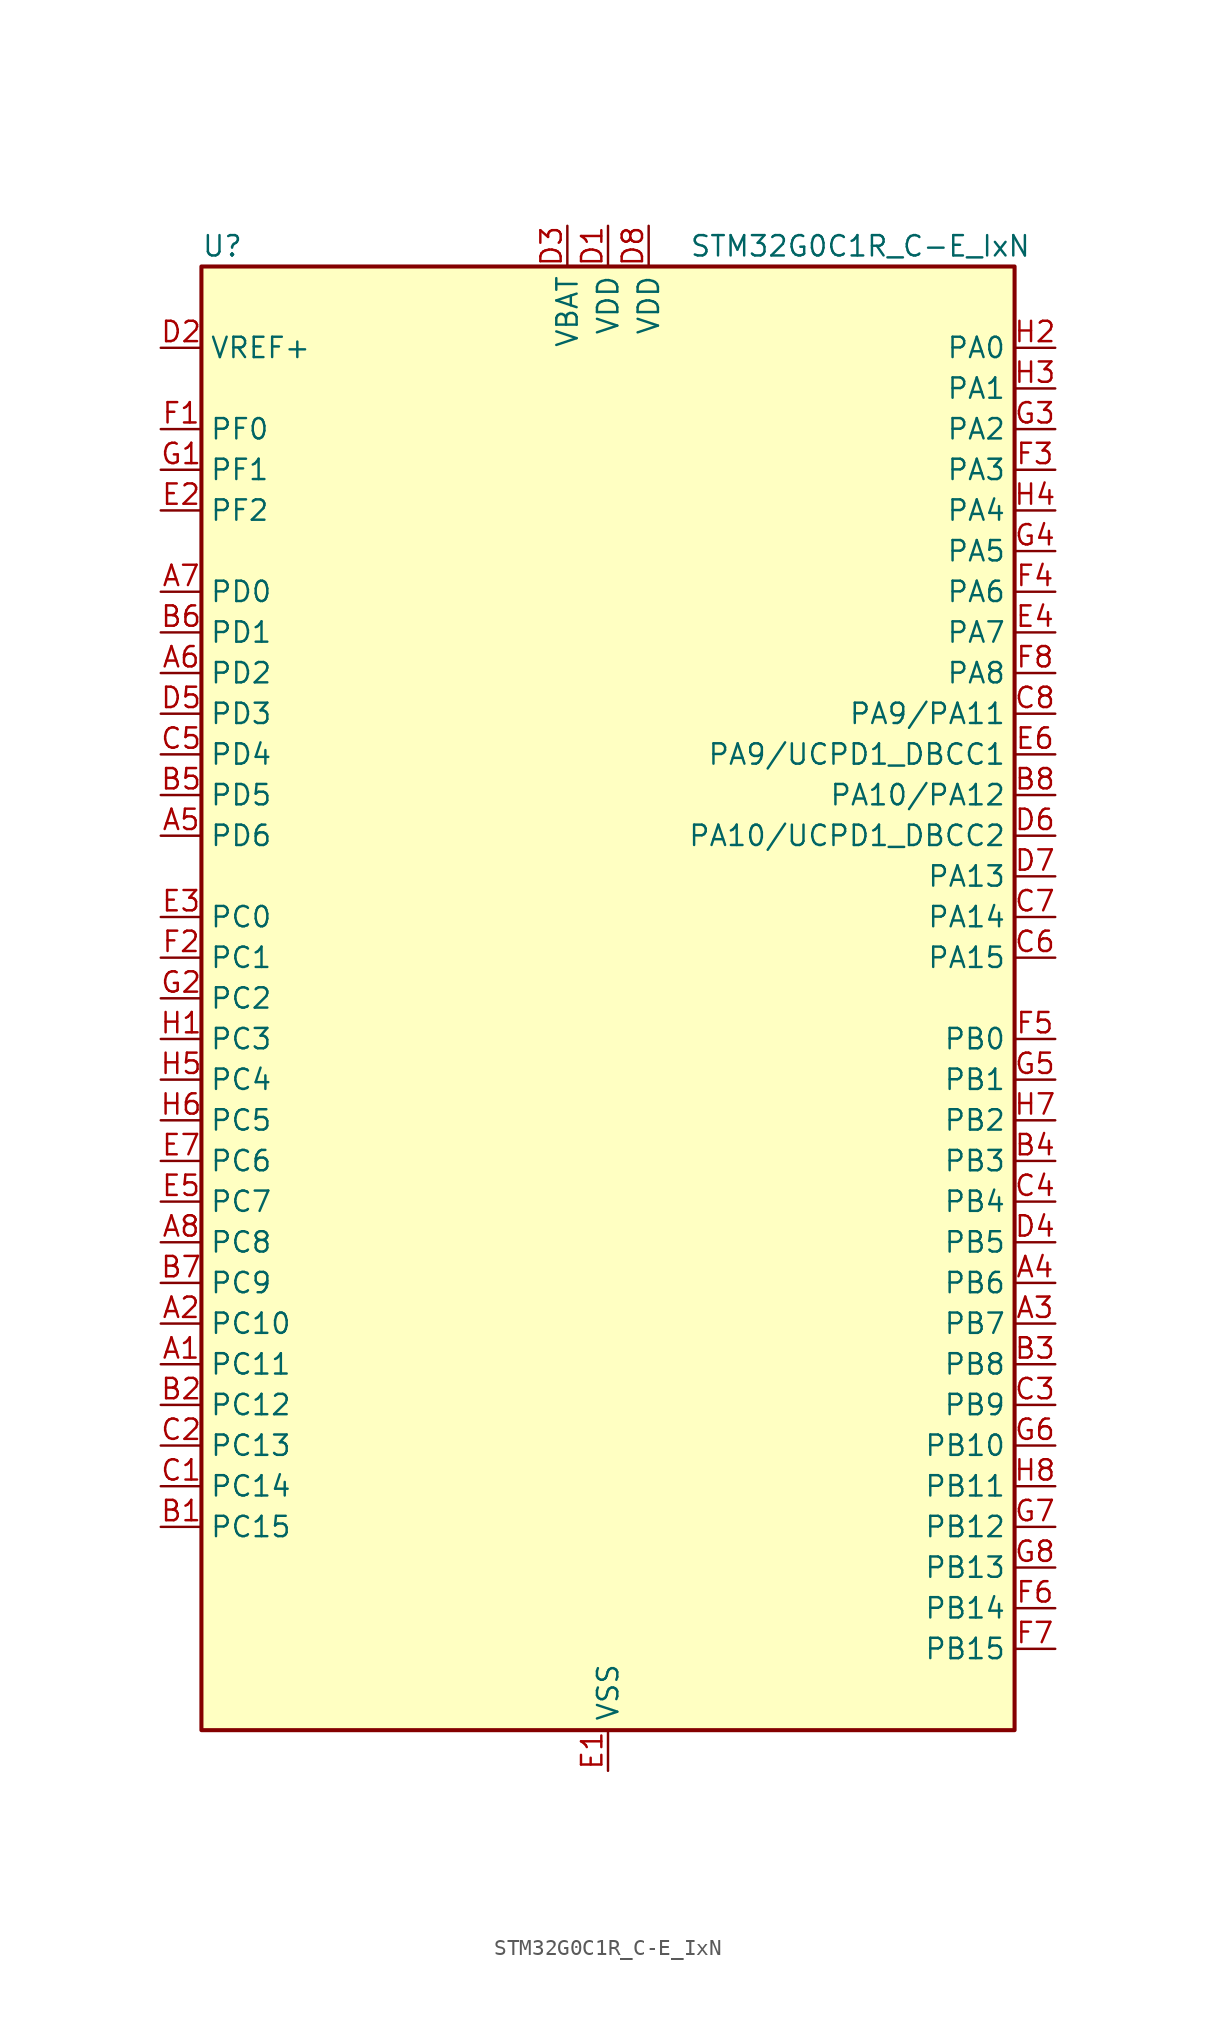
<source format=kicad_sym>
(kicad_symbol_lib
  (version 20241209)
  (generator "kicad_symbol_editor")
  (generator_version "9.0")
  (symbol "STM32G0C1R_C-E_IxN"
    (property "Reference" "U"
      (at -25.4 46.99 0)
      (effects (font (size 1.27 1.27)) (justify left)))
    (property "Value" "STM32G0C1R_C-E_IxN"
      (at 5.08 46.99 0)
      (effects (font (size 1.27 1.27)) (justify left)))
    (symbol "STM32G0C1R_C-E_IxN_0_1"
      (rectangle (start -25.4 -45.72) (end 25.4 45.72) (stroke (width 0.254) (type default)) (fill (type background))))
    (symbol "STM32G0C1R_C-E_IxN_1_1"
      (pin input line (at -27.94 40.64 0) (length 2.54) (name "VREF+" (effects (font (size 1.27 1.27)))) (number "D2" (effects (font (size 1.27 1.27)))) (alternate "VREFBUF_OUT" bidirectional line))
      (pin bidirectional line (at -27.94 35.56 0) (length 2.54) (name "PF0" (effects (font (size 1.27 1.27)))) (number "F1" (effects (font (size 1.27 1.27)))) (alternate "CRS1_SYNC" bidirectional line) (alternate "RCC_OSC_IN" bidirectional line) (alternate "TIM14_CH1" bidirectional line))
      (pin bidirectional line (at -27.94 33.02 0) (length 2.54) (name "PF1" (effects (font (size 1.27 1.27)))) (number "G1" (effects (font (size 1.27 1.27)))) (alternate "RCC_OSC_EN" bidirectional line) (alternate "RCC_OSC_OUT" bidirectional line) (alternate "TIM15_CH1N" bidirectional line))
      (pin bidirectional line (at -27.94 30.48 0) (length 2.54) (name "PF2" (effects (font (size 1.27 1.27)))) (number "E2" (effects (font (size 1.27 1.27)))) (alternate "LPUART2_DE" bidirectional line) (alternate "LPUART2_RTS" bidirectional line) (alternate "LPUART2_TX" bidirectional line) (alternate "RCC_MCO" bidirectional line))
      (pin bidirectional line (at -27.94 25.4 0) (length 2.54) (name "PD0" (effects (font (size 1.27 1.27)))) (number "A7" (effects (font (size 1.27 1.27)))) (alternate "FDCAN1_RX" bidirectional line) (alternate "I2S2_WS" bidirectional line) (alternate "SPI2_NSS" bidirectional line) (alternate "TIM16_CH1" bidirectional line) (alternate "UCPD2_CC1" bidirectional line))
      (pin bidirectional line (at -27.94 22.86 0) (length 2.54) (name "PD1" (effects (font (size 1.27 1.27)))) (number "B6" (effects (font (size 1.27 1.27)))) (alternate "FDCAN1_TX" bidirectional line) (alternate "I2S2_CK" bidirectional line) (alternate "SPI2_SCK" bidirectional line) (alternate "TIM17_CH1" bidirectional line) (alternate "UCPD2_DBCC1" bidirectional line))
      (pin bidirectional line (at -27.94 20.32 0) (length 2.54) (name "PD2" (effects (font (size 1.27 1.27)))) (number "A6" (effects (font (size 1.27 1.27)))) (alternate "TIM1_CH1N" bidirectional line) (alternate "TIM3_ETR" bidirectional line) (alternate "UCPD2_CC2" bidirectional line) (alternate "USART3_CK" bidirectional line) (alternate "USART3_DE" bidirectional line) (alternate "USART3_RTS" bidirectional line) (alternate "USART5_RX" bidirectional line))
      (pin bidirectional line (at -27.94 17.78 0) (length 2.54) (name "PD3" (effects (font (size 1.27 1.27)))) (number "D5" (effects (font (size 1.27 1.27)))) (alternate "I2S2_MCK" bidirectional line) (alternate "SPI2_MISO" bidirectional line) (alternate "TIM1_CH2N" bidirectional line) (alternate "UCPD2_DBCC2" bidirectional line) (alternate "USART2_CTS" bidirectional line) (alternate "USART2_NSS" bidirectional line) (alternate "USART5_TX" bidirectional line))
      (pin bidirectional line (at -27.94 15.24 0) (length 2.54) (name "PD4" (effects (font (size 1.27 1.27)))) (number "C5" (effects (font (size 1.27 1.27)))) (alternate "I2S2_SD" bidirectional line) (alternate "SPI2_MOSI" bidirectional line) (alternate "TIM1_CH3N" bidirectional line) (alternate "USART2_CK" bidirectional line) (alternate "USART2_DE" bidirectional line) (alternate "USART2_RTS" bidirectional line) (alternate "USART5_CK" bidirectional line) (alternate "USART5_DE" bidirectional line) (alternate "USART5_RTS" bidirectional line))
      (pin bidirectional line (at -27.94 12.7 0) (length 2.54) (name "PD5" (effects (font (size 1.27 1.27)))) (number "B5" (effects (font (size 1.27 1.27)))) (alternate "I2S1_MCK" bidirectional line) (alternate "SPI1_MISO" bidirectional line) (alternate "TIM1_BK" bidirectional line) (alternate "USART2_TX" bidirectional line) (alternate "USART5_CTS" bidirectional line) (alternate "USART5_NSS" bidirectional line))
      (pin bidirectional line (at -27.94 10.16 0) (length 2.54) (name "PD6" (effects (font (size 1.27 1.27)))) (number "A5" (effects (font (size 1.27 1.27)))) (alternate "I2S1_SD" bidirectional line) (alternate "LPTIM2_OUT" bidirectional line) (alternate "SPI1_MOSI" bidirectional line) (alternate "USART2_RX" bidirectional line))
      (pin bidirectional line (at -27.94 5.08 0) (length 2.54) (name "PC0" (effects (font (size 1.27 1.27)))) (number "E3" (effects (font (size 1.27 1.27)))) (alternate "COMP3_INM" bidirectional line) (alternate "COMP3_OUT" bidirectional line) (alternate "I2C3_SCL" bidirectional line) (alternate "LPTIM1_IN1" bidirectional line) (alternate "LPTIM2_IN1" bidirectional line) (alternate "LPUART1_RX" bidirectional line) (alternate "LPUART2_TX" bidirectional line) (alternate "USART6_TX" bidirectional line))
      (pin bidirectional line (at -27.94 2.54 0) (length 2.54) (name "PC1" (effects (font (size 1.27 1.27)))) (number "F2" (effects (font (size 1.27 1.27)))) (alternate "COMP3_INP" bidirectional line) (alternate "I2C3_SDA" bidirectional line) (alternate "LPTIM1_OUT" bidirectional line) (alternate "LPUART1_TX" bidirectional line) (alternate "LPUART2_RX" bidirectional line) (alternate "TIM15_CH1" bidirectional line) (alternate "USART6_RX" bidirectional line))
      (pin bidirectional line (at -27.94 0 0) (length 2.54) (name "PC2" (effects (font (size 1.27 1.27)))) (number "G2" (effects (font (size 1.27 1.27)))) (alternate "COMP3_OUT" bidirectional line) (alternate "FDCAN2_RX" bidirectional line) (alternate "I2S2_MCK" bidirectional line) (alternate "LPTIM1_IN2" bidirectional line) (alternate "SPI2_MISO" bidirectional line) (alternate "TIM15_CH2" bidirectional line))
      (pin bidirectional line (at -27.94 -2.54 0) (length 2.54) (name "PC3" (effects (font (size 1.27 1.27)))) (number "H1" (effects (font (size 1.27 1.27)))) (alternate "FDCAN2_TX" bidirectional line) (alternate "I2S2_SD" bidirectional line) (alternate "LPTIM1_ETR" bidirectional line) (alternate "LPTIM2_ETR" bidirectional line) (alternate "SPI2_MOSI" bidirectional line))
      (pin bidirectional line (at -27.94 -5.08 0) (length 2.54) (name "PC4" (effects (font (size 1.27 1.27)))) (number "H5" (effects (font (size 1.27 1.27)))) (alternate "ADC1_IN17" bidirectional line) (alternate "COMP1_INM" bidirectional line) (alternate "FDCAN1_RX" bidirectional line) (alternate "TIM2_CH1" bidirectional line) (alternate "TIM2_ETR" bidirectional line) (alternate "USART1_TX" bidirectional line) (alternate "USART3_TX" bidirectional line))
      (pin bidirectional line (at -27.94 -7.62 0) (length 2.54) (name "PC5" (effects (font (size 1.27 1.27)))) (number "H6" (effects (font (size 1.27 1.27)))) (alternate "ADC1_IN18" bidirectional line) (alternate "COMP1_INP" bidirectional line) (alternate "FDCAN1_TX" bidirectional line) (alternate "SYS_WKUP5" bidirectional line) (alternate "TIM2_CH2" bidirectional line) (alternate "USART1_RX" bidirectional line) (alternate "USART3_RX" bidirectional line))
      (pin bidirectional line (at -27.94 -10.16 0) (length 2.54) (name "PC6" (effects (font (size 1.27 1.27)))) (number "E7" (effects (font (size 1.27 1.27)))) (alternate "LPUART2_TX" bidirectional line) (alternate "TIM2_CH3" bidirectional line) (alternate "TIM3_CH1" bidirectional line) (alternate "UCPD1_FRSTX1" bidirectional line) (alternate "UCPD1_FRSTX2" bidirectional line))
      (pin bidirectional line (at -27.94 -12.7 0) (length 2.54) (name "PC7" (effects (font (size 1.27 1.27)))) (number "E5" (effects (font (size 1.27 1.27)))) (alternate "LPUART2_RX" bidirectional line) (alternate "TIM2_CH4" bidirectional line) (alternate "TIM3_CH2" bidirectional line) (alternate "UCPD2_FRSTX1" bidirectional line) (alternate "UCPD2_FRSTX2" bidirectional line))
      (pin bidirectional line (at -27.94 -15.24 0) (length 2.54) (name "PC8" (effects (font (size 1.27 1.27)))) (number "A8" (effects (font (size 1.27 1.27)))) (alternate "LPUART2_CTS" bidirectional line) (alternate "TIM1_CH1" bidirectional line) (alternate "TIM3_CH3" bidirectional line) (alternate "UCPD2_FRSTX1" bidirectional line) (alternate "UCPD2_FRSTX2" bidirectional line))
      (pin bidirectional line (at -27.94 -17.78 0) (length 2.54) (name "PC9" (effects (font (size 1.27 1.27)))) (number "B7" (effects (font (size 1.27 1.27)))) (alternate "DAC1_EXTI9" bidirectional line) (alternate "I2S_CKIN" bidirectional line) (alternate "LPUART2_DE" bidirectional line) (alternate "LPUART2_RTS" bidirectional line) (alternate "TIM1_CH2" bidirectional line) (alternate "TIM3_CH4" bidirectional line) (alternate "USB_NOE" bidirectional line))
      (pin bidirectional line (at -27.94 -20.32 0) (length 2.54) (name "PC10" (effects (font (size 1.27 1.27)))) (number "A2" (effects (font (size 1.27 1.27)))) (alternate "SPI3_SCK" bidirectional line) (alternate "TIM1_CH3" bidirectional line) (alternate "USART3_TX" bidirectional line) (alternate "USART4_TX" bidirectional line))
      (pin bidirectional line (at -27.94 -22.86 0) (length 2.54) (name "PC11" (effects (font (size 1.27 1.27)))) (number "A1" (effects (font (size 1.27 1.27)))) (alternate "ADC1_EXTI11" bidirectional line) (alternate "SPI3_MISO" bidirectional line) (alternate "TIM1_CH4" bidirectional line) (alternate "USART3_RX" bidirectional line) (alternate "USART4_RX" bidirectional line))
      (pin bidirectional line (at -27.94 -25.4 0) (length 2.54) (name "PC12" (effects (font (size 1.27 1.27)))) (number "B2" (effects (font (size 1.27 1.27)))) (alternate "LPTIM1_IN1" bidirectional line) (alternate "SPI3_MOSI" bidirectional line) (alternate "TIM14_CH1" bidirectional line) (alternate "UCPD1_FRSTX1" bidirectional line) (alternate "UCPD1_FRSTX2" bidirectional line) (alternate "USART5_TX" bidirectional line))
      (pin bidirectional line (at -27.94 -27.94 0) (length 2.54) (name "PC13" (effects (font (size 1.27 1.27)))) (number "C2" (effects (font (size 1.27 1.27)))) (alternate "RTC_OUT1" bidirectional line) (alternate "RTC_TAMP_IN1" bidirectional line) (alternate "RTC_TS" bidirectional line) (alternate "SYS_WKUP2" bidirectional line) (alternate "TIM1_BK" bidirectional line))
      (pin bidirectional line (at -27.94 -30.48 0) (length 2.54) (name "PC14" (effects (font (size 1.27 1.27)))) (number "C1" (effects (font (size 1.27 1.27)))) (alternate "RCC_OSC32_IN" bidirectional line) (alternate "TIM1_BK2" bidirectional line))
      (pin bidirectional line (at -27.94 -33.02 0) (length 2.54) (name "PC15" (effects (font (size 1.27 1.27)))) (number "B1" (effects (font (size 1.27 1.27)))) (alternate "RCC_OSC32_EN" bidirectional line) (alternate "RCC_OSC32_OUT" bidirectional line) (alternate "RCC_OSC_EN" bidirectional line) (alternate "TIM15_BK" bidirectional line))
      (pin power_in line (at -2.54 48.26 270) (length 2.54) (name "VBAT" (effects (font (size 1.27 1.27)))) (number "D3" (effects (font (size 1.27 1.27)))))
      (pin power_in line (at 0 48.26 270) (length 2.54) (name "VDD" (effects (font (size 1.27 1.27)))) (number "D1" (effects (font (size 1.27 1.27)))))
      (pin power_in line (at 0 -48.26 90) (length 2.54) (name "VSS" (effects (font (size 1.27 1.27)))) (number "E1" (effects (font (size 1.27 1.27)))))
      (pin passive line (at 0 -48.26 90) (length 2.54) (hide yes) (name "VSS" (effects (font (size 1.27 1.27)))) (number "E8" (effects (font (size 1.27 1.27)))))
      (pin power_in line (at 2.54 48.26 270) (length 2.54) (name "VDD" (effects (font (size 1.27 1.27)))) (number "D8" (effects (font (size 1.27 1.27)))))
      (pin bidirectional line (at 27.94 40.64 180) (length 2.54) (name "PA0" (effects (font (size 1.27 1.27)))) (number "H2" (effects (font (size 1.27 1.27)))) (alternate "ADC1_IN0" bidirectional line) (alternate "COMP1_INM" bidirectional line) (alternate "COMP1_OUT" bidirectional line) (alternate "I2S2_CK" bidirectional line) (alternate "LPTIM1_OUT" bidirectional line) (alternate "RTC_TAMP_IN2" bidirectional line) (alternate "SPI2_SCK" bidirectional line) (alternate "SYS_WKUP1" bidirectional line) (alternate "TIM2_CH1" bidirectional line) (alternate "TIM2_ETR" bidirectional line) (alternate "UCPD2_FRSTX1" bidirectional line) (alternate "UCPD2_FRSTX2" bidirectional line) (alternate "USART2_CTS" bidirectional line) (alternate "USART2_NSS" bidirectional line) (alternate "USART4_TX" bidirectional line))
      (pin bidirectional line (at 27.94 38.1 180) (length 2.54) (name "PA1" (effects (font (size 1.27 1.27)))) (number "H3" (effects (font (size 1.27 1.27)))) (alternate "ADC1_IN1" bidirectional line) (alternate "COMP1_INP" bidirectional line) (alternate "I2C1_SMBA" bidirectional line) (alternate "I2S1_CK" bidirectional line) (alternate "SPI1_SCK" bidirectional line) (alternate "TIM15_CH1N" bidirectional line) (alternate "TIM2_CH2" bidirectional line) (alternate "USART2_CK" bidirectional line) (alternate "USART2_DE" bidirectional line) (alternate "USART2_RTS" bidirectional line) (alternate "USART4_RX" bidirectional line))
      (pin bidirectional line (at 27.94 35.56 180) (length 2.54) (name "PA2" (effects (font (size 1.27 1.27)))) (number "G3" (effects (font (size 1.27 1.27)))) (alternate "ADC1_IN2" bidirectional line) (alternate "COMP2_INM" bidirectional line) (alternate "COMP2_OUT" bidirectional line) (alternate "I2S1_SD" bidirectional line) (alternate "LPUART1_TX" bidirectional line) (alternate "RCC_LSCO" bidirectional line) (alternate "SPI1_MOSI" bidirectional line) (alternate "SYS_WKUP4" bidirectional line) (alternate "TIM15_CH1" bidirectional line) (alternate "TIM2_CH3" bidirectional line) (alternate "UCPD1_FRSTX1" bidirectional line) (alternate "UCPD1_FRSTX2" bidirectional line) (alternate "USART2_TX" bidirectional line))
      (pin bidirectional line (at 27.94 33.02 180) (length 2.54) (name "PA3" (effects (font (size 1.27 1.27)))) (number "F3" (effects (font (size 1.27 1.27)))) (alternate "ADC1_IN3" bidirectional line) (alternate "COMP2_INP" bidirectional line) (alternate "I2S2_MCK" bidirectional line) (alternate "LPUART1_RX" bidirectional line) (alternate "SPI2_MISO" bidirectional line) (alternate "TIM15_CH2" bidirectional line) (alternate "TIM2_CH4" bidirectional line) (alternate "UCPD2_FRSTX1" bidirectional line) (alternate "UCPD2_FRSTX2" bidirectional line) (alternate "USART2_RX" bidirectional line))
      (pin bidirectional line (at 27.94 30.48 180) (length 2.54) (name "PA4" (effects (font (size 1.27 1.27)))) (number "H4" (effects (font (size 1.27 1.27)))) (alternate "ADC1_IN4" bidirectional line) (alternate "DAC1_OUT1" bidirectional line) (alternate "I2S1_WS" bidirectional line) (alternate "I2S2_SD" bidirectional line) (alternate "LPTIM2_OUT" bidirectional line) (alternate "RTC_OUT2" bidirectional line) (alternate "SPI1_NSS" bidirectional line) (alternate "SPI2_MOSI" bidirectional line) (alternate "SPI3_NSS" bidirectional line) (alternate "TIM14_CH1" bidirectional line) (alternate "UCPD2_FRSTX1" bidirectional line) (alternate "UCPD2_FRSTX2" bidirectional line) (alternate "USART6_TX" bidirectional line) (alternate "USB_NOE" bidirectional line))
      (pin bidirectional line (at 27.94 27.94 180) (length 2.54) (name "PA5" (effects (font (size 1.27 1.27)))) (number "G4" (effects (font (size 1.27 1.27)))) (alternate "ADC1_IN5" bidirectional line) (alternate "CEC" bidirectional line) (alternate "DAC1_OUT2" bidirectional line) (alternate "I2S1_CK" bidirectional line) (alternate "LPTIM2_ETR" bidirectional line) (alternate "SPI1_SCK" bidirectional line) (alternate "TIM2_CH1" bidirectional line) (alternate "TIM2_ETR" bidirectional line) (alternate "UCPD1_FRSTX1" bidirectional line) (alternate "UCPD1_FRSTX2" bidirectional line) (alternate "USART3_TX" bidirectional line) (alternate "USART6_RX" bidirectional line))
      (pin bidirectional line (at 27.94 25.4 180) (length 2.54) (name "PA6" (effects (font (size 1.27 1.27)))) (number "F4" (effects (font (size 1.27 1.27)))) (alternate "ADC1_IN6" bidirectional line) (alternate "COMP1_OUT" bidirectional line) (alternate "I2C2_SDA" bidirectional line) (alternate "I2C3_SDA" bidirectional line) (alternate "I2S1_MCK" bidirectional line) (alternate "LPUART1_CTS" bidirectional line) (alternate "SPI1_MISO" bidirectional line) (alternate "TIM16_CH1" bidirectional line) (alternate "TIM1_BK" bidirectional line) (alternate "TIM3_CH1" bidirectional line) (alternate "USART3_CTS" bidirectional line) (alternate "USART3_NSS" bidirectional line) (alternate "USART6_CTS" bidirectional line) (alternate "USART6_NSS" bidirectional line))
      (pin bidirectional line (at 27.94 22.86 180) (length 2.54) (name "PA7" (effects (font (size 1.27 1.27)))) (number "E4" (effects (font (size 1.27 1.27)))) (alternate "ADC1_IN7" bidirectional line) (alternate "COMP2_OUT" bidirectional line) (alternate "I2C2_SCL" bidirectional line) (alternate "I2C3_SCL" bidirectional line) (alternate "I2S1_SD" bidirectional line) (alternate "SPI1_MOSI" bidirectional line) (alternate "TIM14_CH1" bidirectional line) (alternate "TIM17_CH1" bidirectional line) (alternate "TIM1_CH1N" bidirectional line) (alternate "TIM3_CH2" bidirectional line) (alternate "UCPD1_FRSTX1" bidirectional line) (alternate "UCPD1_FRSTX2" bidirectional line) (alternate "USART6_CK" bidirectional line) (alternate "USART6_DE" bidirectional line) (alternate "USART6_RTS" bidirectional line))
      (pin bidirectional line (at 27.94 20.32 180) (length 2.54) (name "PA8" (effects (font (size 1.27 1.27)))) (number "F8" (effects (font (size 1.27 1.27)))) (alternate "CRS1_SYNC" bidirectional line) (alternate "I2C2_SMBA" bidirectional line) (alternate "I2S2_WS" bidirectional line) (alternate "LPTIM2_OUT" bidirectional line) (alternate "RCC_MCO" bidirectional line) (alternate "SPI2_NSS" bidirectional line) (alternate "TIM1_CH1" bidirectional line) (alternate "UCPD1_CC1" bidirectional line))
      (pin bidirectional line (at 27.94 17.78 180) (length 2.54) (name "PA9/PA11" (effects (font (size 1.27 1.27)))) (number "C8" (effects (font (size 1.27 1.27)))) (alternate "ADC1_EXTI11 (PA11)" bidirectional line) (alternate "COMP1_OUT (PA11)" bidirectional line) (alternate "DAC1_EXTI9 (PA9)" bidirectional line) (alternate "FDCAN1_RX (PA11)" bidirectional line) (alternate "I2C1_SCL (PA9)" bidirectional line) (alternate "I2C2_SCL (PA11)" bidirectional line) (alternate "I2C2_SCL (PA9)" bidirectional line) (alternate "I2S1_MCK (PA11)" bidirectional line) (alternate "I2S2_MCK (PA9)" bidirectional line) (alternate "PA11" bidirectional line) (alternate "PA9" bidirectional line) (alternate "RCC_MCO (PA9)" bidirectional line) (alternate "SPI1_MISO (PA11)" bidirectional line) (alternate "SPI2_MISO (PA9)" bidirectional line) (alternate "TIM15_BK (PA9)" bidirectional line) (alternate "TIM1_BK2 (PA11)" bidirectional line) (alternate "TIM1_CH2 (PA9)" bidirectional line) (alternate "TIM1_CH4 (PA11)" bidirectional line) (alternate "UCPD1_DBCC1 (PA9)" bidirectional line) (alternate "USART1_CTS (PA11)" bidirectional line) (alternate "USART1_NSS (PA11)" bidirectional line) (alternate "USART1_TX (PA9)" bidirectional line) (alternate "USB_DM (PA11)" bidirectional line))
      (pin bidirectional line (at 27.94 15.24 180) (length 2.54) (name "PA9/UCPD1_DBCC1" (effects (font (size 1.27 1.27)))) (number "E6" (effects (font (size 1.27 1.27)))) (alternate "DAC1_EXTI9 (PA9)" bidirectional line) (alternate "I2C1_SCL (PA9)" bidirectional line) (alternate "I2C2_SCL (PA9)" bidirectional line) (alternate "I2S2_MCK (PA9)" bidirectional line) (alternate "PA9" bidirectional line) (alternate "RCC_MCO (PA9)" bidirectional line) (alternate "SPI2_MISO (PA9)" bidirectional line) (alternate "TIM15_BK (PA9)" bidirectional line) (alternate "TIM1_CH2 (PA9)" bidirectional line) (alternate "UCPD1_DBCC1" bidirectional line) (alternate "UCPD1_DBCC1 (PA9)" bidirectional line) (alternate "UCPD1_DBCC1 (UCPD1_DBCC1)" bidirectional line) (alternate "USART1_TX (PA9)" bidirectional line))
      (pin bidirectional line (at 27.94 12.7 180) (length 2.54) (name "PA10/PA12" (effects (font (size 1.27 1.27)))) (number "B8" (effects (font (size 1.27 1.27)))) (alternate "COMP2_OUT (PA12)" bidirectional line) (alternate "FDCAN1_TX (PA12)" bidirectional line) (alternate "I2C1_SDA (PA10)" bidirectional line) (alternate "I2C2_SDA (PA10)" bidirectional line) (alternate "I2C2_SDA (PA12)" bidirectional line) (alternate "I2S1_SD (PA12)" bidirectional line) (alternate "I2S2_SD (PA10)" bidirectional line) (alternate "I2S_CKIN (PA12)" bidirectional line) (alternate "PA10" bidirectional line) (alternate "PA12" bidirectional line) (alternate "RCC_MCO_2 (PA10)" bidirectional line) (alternate "SPI1_MOSI (PA12)" bidirectional line) (alternate "SPI2_MOSI (PA10)" bidirectional line) (alternate "TIM17_BK (PA10)" bidirectional line) (alternate "TIM1_CH3 (PA10)" bidirectional line) (alternate "TIM1_ETR (PA12)" bidirectional line) (alternate "UCPD1_DBCC2 (PA10)" bidirectional line) (alternate "USART1_CK (PA12)" bidirectional line) (alternate "USART1_DE (PA12)" bidirectional line) (alternate "USART1_RTS (PA12)" bidirectional line) (alternate "USART1_RX (PA10)" bidirectional line) (alternate "USB_DP (PA12)" bidirectional line))
      (pin bidirectional line (at 27.94 10.16 180) (length 2.54) (name "PA10/UCPD1_DBCC2" (effects (font (size 1.27 1.27)))) (number "D6" (effects (font (size 1.27 1.27)))) (alternate "I2C1_SDA (PA10)" bidirectional line) (alternate "I2C2_SDA (PA10)" bidirectional line) (alternate "I2S2_SD (PA10)" bidirectional line) (alternate "PA10" bidirectional line) (alternate "RCC_MCO_2 (PA10)" bidirectional line) (alternate "SPI2_MOSI (PA10)" bidirectional line) (alternate "TIM17_BK (PA10)" bidirectional line) (alternate "TIM1_CH3 (PA10)" bidirectional line) (alternate "UCPD1_DBCC2" bidirectional line) (alternate "UCPD1_DBCC2 (PA10)" bidirectional line) (alternate "UCPD1_DBCC2 (UCPD1_DBCC2)" bidirectional line) (alternate "USART1_RX (PA10)" bidirectional line))
      (pin bidirectional line (at 27.94 7.62 180) (length 2.54) (name "PA13" (effects (font (size 1.27 1.27)))) (number "D7" (effects (font (size 1.27 1.27)))) (alternate "IR_OUT" bidirectional line) (alternate "LPUART2_RX" bidirectional line) (alternate "SYS_SWDIO" bidirectional line) (alternate "USB_NOE" bidirectional line))
      (pin bidirectional line (at 27.94 5.08 180) (length 2.54) (name "PA14" (effects (font (size 1.27 1.27)))) (number "C7" (effects (font (size 1.27 1.27)))) (alternate "LPUART2_TX" bidirectional line) (alternate "SYS_SWCLK" bidirectional line) (alternate "USART2_TX" bidirectional line))
      (pin bidirectional line (at 27.94 2.54 180) (length 2.54) (name "PA15" (effects (font (size 1.27 1.27)))) (number "C6" (effects (font (size 1.27 1.27)))) (alternate "I2C2_SMBA" bidirectional line) (alternate "I2S1_WS" bidirectional line) (alternate "RCC_MCO_2" bidirectional line) (alternate "SPI1_NSS" bidirectional line) (alternate "SPI3_NSS" bidirectional line) (alternate "TIM2_CH1" bidirectional line) (alternate "TIM2_ETR" bidirectional line) (alternate "USART2_RX" bidirectional line) (alternate "USART3_CK" bidirectional line) (alternate "USART3_DE" bidirectional line) (alternate "USART3_RTS" bidirectional line) (alternate "USART4_CK" bidirectional line) (alternate "USART4_DE" bidirectional line) (alternate "USART4_RTS" bidirectional line) (alternate "USB_NOE" bidirectional line))
      (pin bidirectional line (at 27.94 -2.54 180) (length 2.54) (name "PB0" (effects (font (size 1.27 1.27)))) (number "F5" (effects (font (size 1.27 1.27)))) (alternate "ADC1_IN8" bidirectional line) (alternate "COMP1_OUT" bidirectional line) (alternate "COMP3_INP" bidirectional line) (alternate "FDCAN2_RX" bidirectional line) (alternate "I2S1_WS" bidirectional line) (alternate "LPTIM1_OUT" bidirectional line) (alternate "LPUART2_CTS" bidirectional line) (alternate "SPI1_NSS" bidirectional line) (alternate "TIM1_CH2N" bidirectional line) (alternate "TIM3_CH3" bidirectional line) (alternate "UCPD1_FRSTX1" bidirectional line) (alternate "UCPD1_FRSTX2" bidirectional line) (alternate "USART3_RX" bidirectional line) (alternate "USART5_TX" bidirectional line))
      (pin bidirectional line (at 27.94 -5.08 180) (length 2.54) (name "PB1" (effects (font (size 1.27 1.27)))) (number "G5" (effects (font (size 1.27 1.27)))) (alternate "ADC1_IN9" bidirectional line) (alternate "COMP1_INM" bidirectional line) (alternate "COMP3_OUT" bidirectional line) (alternate "FDCAN2_TX" bidirectional line) (alternate "LPTIM2_IN1" bidirectional line) (alternate "LPUART1_DE" bidirectional line) (alternate "LPUART1_RTS" bidirectional line) (alternate "LPUART2_DE" bidirectional line) (alternate "LPUART2_RTS" bidirectional line) (alternate "TIM14_CH1" bidirectional line) (alternate "TIM1_CH3N" bidirectional line) (alternate "TIM3_CH4" bidirectional line) (alternate "USART3_CK" bidirectional line) (alternate "USART3_DE" bidirectional line) (alternate "USART3_RTS" bidirectional line) (alternate "USART5_RX" bidirectional line))
      (pin bidirectional line (at 27.94 -7.62 180) (length 2.54) (name "PB2" (effects (font (size 1.27 1.27)))) (number "H7" (effects (font (size 1.27 1.27)))) (alternate "ADC1_IN10" bidirectional line) (alternate "COMP1_INP" bidirectional line) (alternate "COMP3_INM" bidirectional line) (alternate "I2S2_MCK" bidirectional line) (alternate "LPTIM1_OUT" bidirectional line) (alternate "RCC_MCO_2" bidirectional line) (alternate "SPI2_MISO" bidirectional line) (alternate "USART3_TX" bidirectional line))
      (pin bidirectional line (at 27.94 -10.16 180) (length 2.54) (name "PB3" (effects (font (size 1.27 1.27)))) (number "B4" (effects (font (size 1.27 1.27)))) (alternate "COMP2_INM" bidirectional line) (alternate "I2C2_SCL" bidirectional line) (alternate "I2C3_SCL" bidirectional line) (alternate "I2S1_CK" bidirectional line) (alternate "SPI1_SCK" bidirectional line) (alternate "SPI3_SCK" bidirectional line) (alternate "TIM1_CH2" bidirectional line) (alternate "TIM2_CH2" bidirectional line) (alternate "USART1_CK" bidirectional line) (alternate "USART1_DE" bidirectional line) (alternate "USART1_RTS" bidirectional line) (alternate "USART5_TX" bidirectional line))
      (pin bidirectional line (at 27.94 -12.7 180) (length 2.54) (name "PB4" (effects (font (size 1.27 1.27)))) (number "C4" (effects (font (size 1.27 1.27)))) (alternate "COMP2_INP" bidirectional line) (alternate "I2C2_SDA" bidirectional line) (alternate "I2C3_SDA" bidirectional line) (alternate "I2S1_MCK" bidirectional line) (alternate "SPI1_MISO" bidirectional line) (alternate "SPI3_MISO" bidirectional line) (alternate "TIM17_BK" bidirectional line) (alternate "TIM3_CH1" bidirectional line) (alternate "USART1_CTS" bidirectional line) (alternate "USART1_NSS" bidirectional line) (alternate "USART5_RX" bidirectional line))
      (pin bidirectional line (at 27.94 -15.24 180) (length 2.54) (name "PB5" (effects (font (size 1.27 1.27)))) (number "D4" (effects (font (size 1.27 1.27)))) (alternate "COMP2_OUT" bidirectional line) (alternate "FDCAN2_RX" bidirectional line) (alternate "I2C1_SMBA" bidirectional line) (alternate "I2S1_SD" bidirectional line) (alternate "LPTIM1_IN1" bidirectional line) (alternate "SPI1_MOSI" bidirectional line) (alternate "SPI3_MOSI" bidirectional line) (alternate "SYS_WKUP6" bidirectional line) (alternate "TIM16_BK" bidirectional line) (alternate "TIM3_CH2" bidirectional line) (alternate "USART5_CK" bidirectional line) (alternate "USART5_DE" bidirectional line) (alternate "USART5_RTS" bidirectional line))
      (pin bidirectional line (at 27.94 -17.78 180) (length 2.54) (name "PB6" (effects (font (size 1.27 1.27)))) (number "A4" (effects (font (size 1.27 1.27)))) (alternate "COMP2_INP" bidirectional line) (alternate "FDCAN2_TX" bidirectional line) (alternate "I2C1_SCL" bidirectional line) (alternate "I2S2_MCK" bidirectional line) (alternate "LPTIM1_ETR" bidirectional line) (alternate "LPUART2_TX" bidirectional line) (alternate "SPI2_MISO" bidirectional line) (alternate "TIM16_CH1N" bidirectional line) (alternate "TIM1_CH3" bidirectional line) (alternate "TIM4_CH1" bidirectional line) (alternate "USART1_TX" bidirectional line) (alternate "USART5_CTS" bidirectional line) (alternate "USART5_NSS" bidirectional line))
      (pin bidirectional line (at 27.94 -20.32 180) (length 2.54) (name "PB7" (effects (font (size 1.27 1.27)))) (number "A3" (effects (font (size 1.27 1.27)))) (alternate "COMP2_INM" bidirectional line) (alternate "I2C1_SDA" bidirectional line) (alternate "I2S2_SD" bidirectional line) (alternate "LPTIM1_IN2" bidirectional line) (alternate "LPUART2_RX" bidirectional line) (alternate "SPI2_MOSI" bidirectional line) (alternate "SYS_PVD_IN" bidirectional line) (alternate "TIM17_CH1N" bidirectional line) (alternate "TIM4_CH2" bidirectional line) (alternate "USART1_RX" bidirectional line) (alternate "USART4_CTS" bidirectional line) (alternate "USART4_NSS" bidirectional line))
      (pin bidirectional line (at 27.94 -22.86 180) (length 2.54) (name "PB8" (effects (font (size 1.27 1.27)))) (number "B3" (effects (font (size 1.27 1.27)))) (alternate "CEC" bidirectional line) (alternate "FDCAN1_RX" bidirectional line) (alternate "I2C1_SCL" bidirectional line) (alternate "I2S2_CK" bidirectional line) (alternate "SPI2_SCK" bidirectional line) (alternate "TIM15_BK" bidirectional line) (alternate "TIM16_CH1" bidirectional line) (alternate "TIM4_CH3" bidirectional line) (alternate "USART3_TX" bidirectional line) (alternate "USART6_TX" bidirectional line))
      (pin bidirectional line (at 27.94 -25.4 180) (length 2.54) (name "PB9" (effects (font (size 1.27 1.27)))) (number "C3" (effects (font (size 1.27 1.27)))) (alternate "DAC1_EXTI9" bidirectional line) (alternate "FDCAN1_TX" bidirectional line) (alternate "I2C1_SDA" bidirectional line) (alternate "I2S2_WS" bidirectional line) (alternate "IR_OUT" bidirectional line) (alternate "SPI2_NSS" bidirectional line) (alternate "TIM17_CH1" bidirectional line) (alternate "TIM4_CH4" bidirectional line) (alternate "UCPD2_FRSTX1" bidirectional line) (alternate "UCPD2_FRSTX2" bidirectional line) (alternate "USART3_RX" bidirectional line) (alternate "USART6_RX" bidirectional line))
      (pin bidirectional line (at 27.94 -27.94 180) (length 2.54) (name "PB10" (effects (font (size 1.27 1.27)))) (number "G6" (effects (font (size 1.27 1.27)))) (alternate "ADC1_IN11" bidirectional line) (alternate "CEC" bidirectional line) (alternate "COMP1_OUT" bidirectional line) (alternate "I2C2_SCL" bidirectional line) (alternate "I2S2_CK" bidirectional line) (alternate "LPUART1_RX" bidirectional line) (alternate "SPI2_SCK" bidirectional line) (alternate "TIM2_CH3" bidirectional line) (alternate "USART3_TX" bidirectional line))
      (pin bidirectional line (at 27.94 -30.48 180) (length 2.54) (name "PB11" (effects (font (size 1.27 1.27)))) (number "H8" (effects (font (size 1.27 1.27)))) (alternate "ADC1_EXTI11" bidirectional line) (alternate "ADC1_IN15" bidirectional line) (alternate "COMP2_OUT" bidirectional line) (alternate "I2C2_SDA" bidirectional line) (alternate "I2S2_SD" bidirectional line) (alternate "LPUART1_TX" bidirectional line) (alternate "SPI2_MOSI" bidirectional line) (alternate "TIM2_CH4" bidirectional line) (alternate "USART3_RX" bidirectional line))
      (pin bidirectional line (at 27.94 -33.02 180) (length 2.54) (name "PB12" (effects (font (size 1.27 1.27)))) (number "G7" (effects (font (size 1.27 1.27)))) (alternate "ADC1_IN16" bidirectional line) (alternate "FDCAN2_RX" bidirectional line) (alternate "I2C2_SMBA" bidirectional line) (alternate "I2S2_WS" bidirectional line) (alternate "LPUART1_DE" bidirectional line) (alternate "LPUART1_RTS" bidirectional line) (alternate "SPI2_NSS" bidirectional line) (alternate "TIM15_BK" bidirectional line) (alternate "TIM1_BK" bidirectional line) (alternate "UCPD2_FRSTX1" bidirectional line) (alternate "UCPD2_FRSTX2" bidirectional line))
      (pin bidirectional line (at 27.94 -35.56 180) (length 2.54) (name "PB13" (effects (font (size 1.27 1.27)))) (number "G8" (effects (font (size 1.27 1.27)))) (alternate "FDCAN2_TX" bidirectional line) (alternate "I2C2_SCL" bidirectional line) (alternate "I2S2_CK" bidirectional line) (alternate "LPUART1_CTS" bidirectional line) (alternate "SPI2_SCK" bidirectional line) (alternate "TIM15_CH1N" bidirectional line) (alternate "TIM1_CH1N" bidirectional line) (alternate "USART3_CTS" bidirectional line) (alternate "USART3_NSS" bidirectional line))
      (pin bidirectional line (at 27.94 -38.1 180) (length 2.54) (name "PB14" (effects (font (size 1.27 1.27)))) (number "F6" (effects (font (size 1.27 1.27)))) (alternate "I2C2_SDA" bidirectional line) (alternate "I2S2_MCK" bidirectional line) (alternate "SPI2_MISO" bidirectional line) (alternate "TIM15_CH1" bidirectional line) (alternate "TIM1_CH2N" bidirectional line) (alternate "UCPD1_FRSTX1" bidirectional line) (alternate "UCPD1_FRSTX2" bidirectional line) (alternate "USART3_CK" bidirectional line) (alternate "USART3_DE" bidirectional line) (alternate "USART3_RTS" bidirectional line) (alternate "USART6_CK" bidirectional line) (alternate "USART6_DE" bidirectional line) (alternate "USART6_RTS" bidirectional line))
      (pin bidirectional line (at 27.94 -40.64 180) (length 2.54) (name "PB15" (effects (font (size 1.27 1.27)))) (number "F7" (effects (font (size 1.27 1.27)))) (alternate "I2S2_SD" bidirectional line) (alternate "RTC_REFIN" bidirectional line) (alternate "SPI2_MOSI" bidirectional line) (alternate "TIM15_CH1N" bidirectional line) (alternate "TIM15_CH2" bidirectional line) (alternate "TIM1_CH3N" bidirectional line) (alternate "UCPD1_CC2" bidirectional line) (alternate "USART6_CTS" bidirectional line) (alternate "USART6_NSS" bidirectional line)))))
</source>
